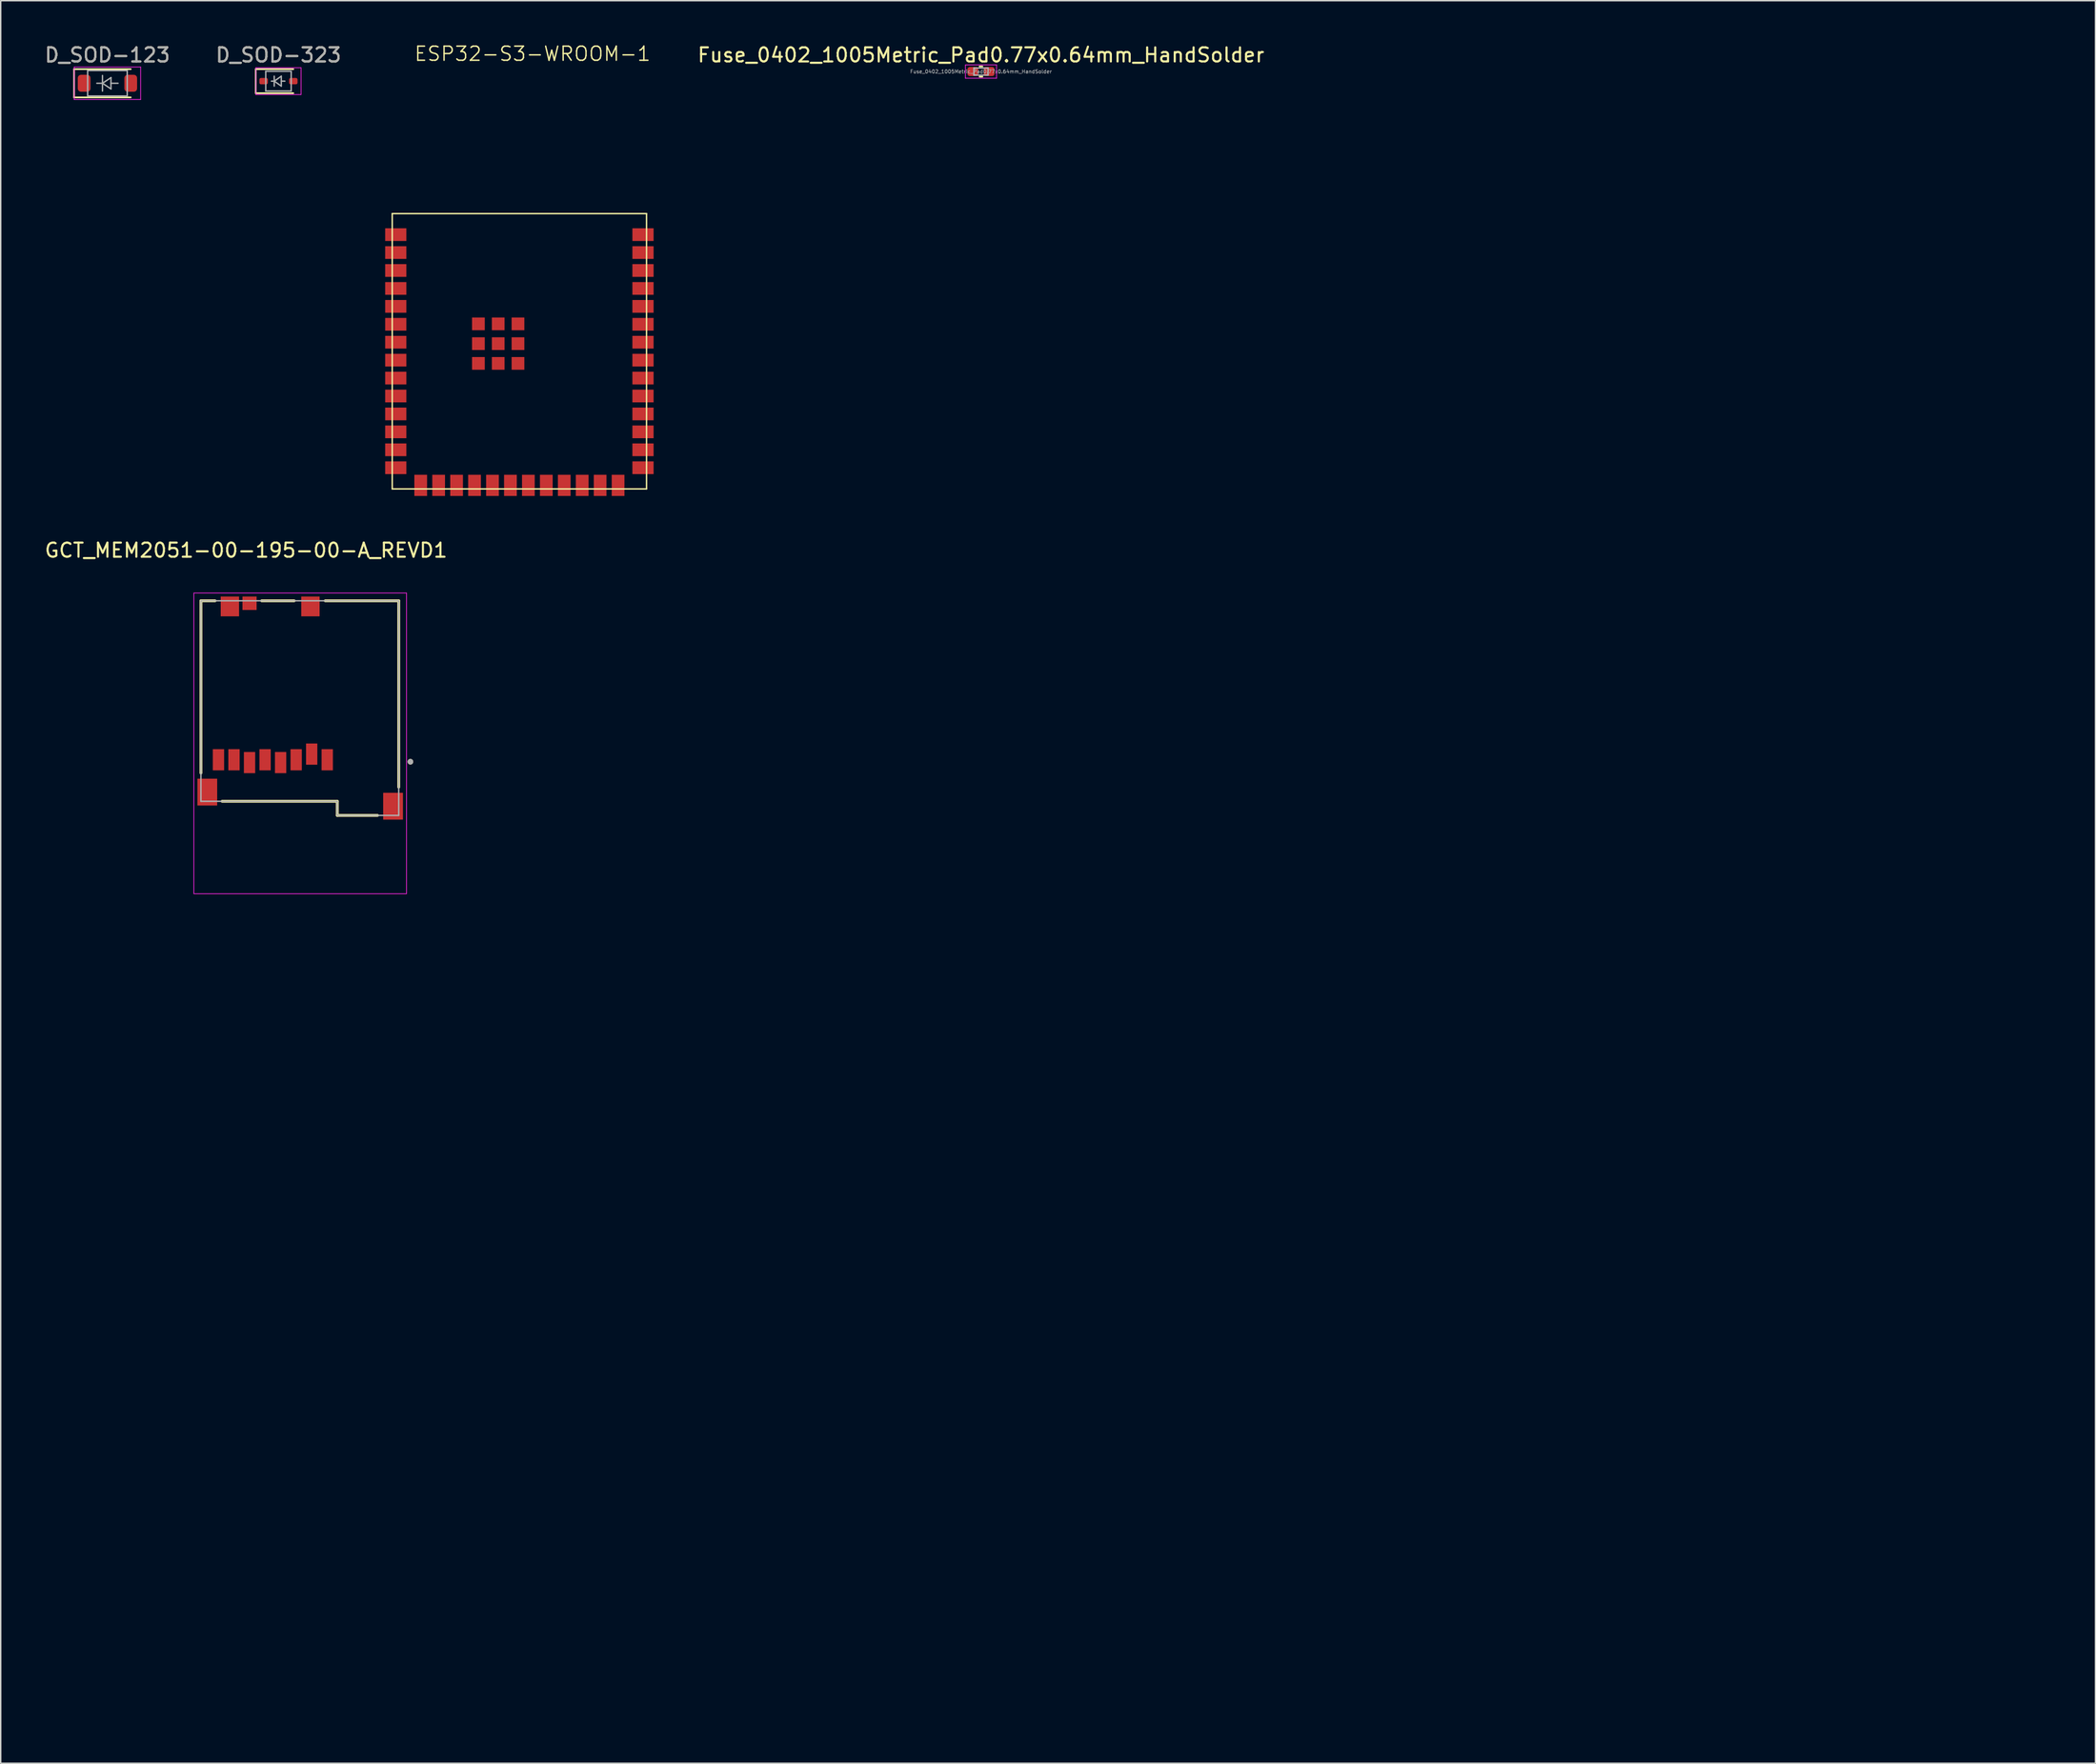
<source format=kicad_pcb>
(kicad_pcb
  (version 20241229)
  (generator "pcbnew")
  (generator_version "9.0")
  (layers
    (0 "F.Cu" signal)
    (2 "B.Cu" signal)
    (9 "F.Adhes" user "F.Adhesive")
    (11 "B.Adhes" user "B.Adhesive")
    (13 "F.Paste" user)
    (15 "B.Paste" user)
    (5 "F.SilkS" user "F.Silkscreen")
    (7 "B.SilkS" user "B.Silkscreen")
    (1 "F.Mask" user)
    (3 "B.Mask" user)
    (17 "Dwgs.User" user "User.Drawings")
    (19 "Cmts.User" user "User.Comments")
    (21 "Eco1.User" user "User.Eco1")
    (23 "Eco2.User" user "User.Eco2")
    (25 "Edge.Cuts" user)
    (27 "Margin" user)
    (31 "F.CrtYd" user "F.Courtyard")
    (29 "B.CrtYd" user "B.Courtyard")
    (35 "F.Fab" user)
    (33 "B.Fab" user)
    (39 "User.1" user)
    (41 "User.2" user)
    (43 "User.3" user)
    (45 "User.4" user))
  (footprint "GCT_MEM2051-00-195-00-A_REVD1"
    (layer "F.Cu")
    (at 18.173 47.105)
    (property "Reference" "GCT_MEM2051-00-195-00-A_REVD1" (at -3.81 -11.176 0) (layer "F.SilkS") (effects (font (size 1 1) (thickness 0.15))))
    (attr smd)
    (fp_line (start -7 -7.6) (end -6 -7.6) (stroke (width 0.2) (type solid)) (layer "F.SilkS"))
    (fp_line (start -7 4.6) (end -7 -7.6) (stroke (width 0.2) (type solid)) (layer "F.SilkS"))
    (fp_line (start -5.5 6.6) (end 2.65 6.6) (stroke (width 0.2) (type solid)) (layer "F.SilkS"))
    (fp_line (start -2.7 -7.6) (end -0.4 -7.6) (stroke (width 0.2) (type solid)) (layer "F.SilkS"))
    (fp_line (start 1.8 -7.6) (end 7 -7.6) (stroke (width 0.2) (type solid)) (layer "F.SilkS"))
    (fp_line (start 2.65 7.6) (end 2.65 6.6) (stroke (width 0.2) (type solid)) (layer "F.SilkS"))
    (fp_line (start 2.65 7.6) (end 5.5 7.6) (stroke (width 0.2) (type solid)) (layer "F.SilkS"))
    (fp_line (start 7 5.6) (end 7 -7.6) (stroke (width 0.2) (type solid)) (layer "F.SilkS"))
    (fp_circle (center 7.827 3.8) (end 7.927 3.8) (stroke (width 0.2) (type solid)) (fill no) (layer "F.SilkS"))
    (fp_line (start -7.5 -8.15) (end 7.55 -8.15) (stroke (width 0.05) (type solid)) (layer "F.CrtYd"))
    (fp_line (start -7.5 13.15) (end -7.5 -8.15) (stroke (width 0.05) (type solid)) (layer "F.CrtYd"))
    (fp_line (start -7.5 13.15) (end 7.55 13.15) (stroke (width 0.05) (type solid)) (layer "F.CrtYd"))
    (fp_line (start 7.55 13.15) (end 7.55 -8.15) (stroke (width 0.05) (type solid)) (layer "F.CrtYd"))
    (fp_line (start -7 -7.6) (end 7 -7.6) (stroke (width 0.1) (type solid)) (layer "F.Fab"))
    (fp_line (start -7 6.6) (end -7 -7.6) (stroke (width 0.1) (type solid)) (layer "F.Fab"))
    (fp_line (start -7 6.6) (end 2.65 6.6) (stroke (width 0.1) (type solid)) (layer "F.Fab"))
    (fp_line (start 2.65 7.6) (end 2.65 6.6) (stroke (width 0.1) (type solid)) (layer "F.Fab"))
    (fp_line (start 2.65 7.6) (end 7 7.6) (stroke (width 0.1) (type solid)) (layer "F.Fab"))
    (fp_line (start 7 7.6) (end 7 -7.6) (stroke (width 0.1) (type solid)) (layer "F.Fab"))
    (fp_circle (center 7.827 3.8) (end 7.927 3.8) (stroke (width 0.2) (type solid)) (fill no) (layer "F.Fab"))
    (pad "1" smd rect (at 0.84 3.26) (size 0.8 1.5) (layers "F.Cu" "F.Mask" "F.Paste"))
    (pad "2" smd rect (at -0.26 3.66) (size 0.8 1.5) (layers "F.Cu" "F.Mask" "F.Paste"))
    (pad "3" smd rect (at -6.55 5.95) (size 1.4 1.9) (layers "F.Cu" "F.Mask" "F.Paste"))
    (pad "3" smd rect (at 6.6 6.95) (size 1.4 1.9) (layers "F.Cu" "F.Mask" "F.Paste"))
    (pad "4" smd rect (at -1.36 3.86) (size 0.8 1.5) (layers "F.Cu" "F.Mask" "F.Paste"))
    (pad "5" smd rect (at -2.46 3.66) (size 0.8 1.5) (layers "F.Cu" "F.Mask" "F.Paste"))
    (pad "6" smd rect (at -3.56 3.86) (size 0.8 1.5) (layers "F.Cu" "F.Mask" "F.Paste"))
    (pad "7" smd rect (at -4.66 3.66) (size 0.8 1.5) (layers "F.Cu" "F.Mask" "F.Paste"))
    (pad "8" smd rect (at -5.76 3.66) (size 0.8 1.5) (layers "F.Cu" "F.Mask" "F.Paste"))
    (pad "9" smd rect (at 1.94 3.66) (size 0.8 1.5) (layers "F.Cu" "F.Mask" "F.Paste"))
    (pad "10" smd rect (at -3.56 -7.425) (size 1 0.95) (layers "F.Cu" "F.Mask" "F.Paste"))
    (pad "12" smd rect (at -4.95 -7.2) (size 1.3 1.4) (layers "F.Cu" "F.Mask" "F.Paste"))
    (pad "13" smd rect (at 0.75 -7.2) (size 1.3 1.4) (layers "F.Cu" "F.Mask" "F.Paste"))
    (zone (net_name "") (layer "F.Cu") (hatch full 0.508) (connect_pads) (min_thickness 0.01) (filled_areas_thickness no) (keepout (tracks not_allowed) (vias not_allowed) (pads not_allowed) (copperpour not_allowed) (footprints allowed)) (placement (enabled no)) (fill) (polygon (pts (xy 133.573 118.845) (xy 142.273 118.845) (xy 142.273 116.545) (xy 137.313 116.545) (xy 137.313 114.475) (xy 135.213 114.475) (xy 135.213 116.545) (xy 133.573 116.545))))
    (zone (net_name "") (layers "F.Cu" "B.Cu") (hatch full 0.508) (connect_pads) (min_thickness 0.01) (filled_areas_thickness no) (keepout (tracks allowed) (vias not_allowed) (pads allowed) (copperpour allowed) (footprints allowed)) (placement (enabled no)) (fill) (polygon (pts (xy 133.573 118.845) (xy 142.273 118.845) (xy 142.273 116.545) (xy 137.313 116.545) (xy 137.313 114.475) (xy 135.213 114.475) (xy 135.213 116.545) (xy 133.573 116.545)))))
  (footprint "ESP32-S3-WROOM-1"
    (layer "F.Cu")
    (at 24.714 6.08)
    (property "Reference" "ESP32-S3-WROOM-1" (at 9.93 -5.32 0) (unlocked yes) (layer "F.SilkS") (effects (font (size 1 1) (thickness 0.1))))
    (attr smd)
    (fp_line (start 0 6) (end 18 6) (stroke (width 0.1) (type default)) (layer "F.SilkS"))
    (fp_line (start 0 25.5) (end 0 6) (stroke (width 0.1) (type default)) (layer "F.SilkS"))
    (fp_line (start 18 6) (end 18 25.5) (stroke (width 0.1) (type default)) (layer "F.SilkS"))
    (fp_line (start 18 25.5) (end 0 25.5) (stroke (width 0.1) (type default)) (layer "F.SilkS"))
    (pad "1" smd rect (at 0.25 7.49) (size 1.5 0.9) (layers "F.Cu" "F.Mask" "F.Paste"))
    (pad "2" smd rect (at 0.25 8.76) (size 1.5 0.9) (layers "F.Cu" "F.Mask" "F.Paste"))
    (pad "3" smd rect (at 0.25 10.03) (size 1.5 0.9) (layers "F.Cu" "F.Mask" "F.Paste"))
    (pad "4" smd rect (at 0.25 11.3) (size 1.5 0.9) (layers "F.Cu" "F.Mask" "F.Paste"))
    (pad "5" smd rect (at 0.25 12.57) (size 1.5 0.9) (layers "F.Cu" "F.Mask" "F.Paste"))
    (pad "6" smd rect (at 0.25 13.84) (size 1.5 0.9) (layers "F.Cu" "F.Mask" "F.Paste"))
    (pad "7" smd rect (at 0.25 15.11) (size 1.5 0.9) (layers "F.Cu" "F.Mask" "F.Paste"))
    (pad "8" smd rect (at 0.25 16.38) (size 1.5 0.9) (layers "F.Cu" "F.Mask" "F.Paste"))
    (pad "9" smd rect (at 0.25 17.65) (size 1.5 0.9) (layers "F.Cu" "F.Mask" "F.Paste"))
    (pad "10" smd rect (at 0.25 18.92) (size 1.5 0.9) (layers "F.Cu" "F.Mask" "F.Paste"))
    (pad "11" smd rect (at 0.25 20.19) (size 1.5 0.9) (layers "F.Cu" "F.Mask" "F.Paste"))
    (pad "12" smd rect (at 0.25 21.46) (size 1.5 0.9) (layers "F.Cu" "F.Mask" "F.Paste"))
    (pad "13" smd rect (at 0.25 22.73) (size 1.5 0.9) (layers "F.Cu" "F.Mask" "F.Paste"))
    (pad "14" smd rect (at 0.25 24) (size 1.5 0.9) (layers "F.Cu" "F.Mask" "F.Paste"))
    (pad "15" smd rect (at 2.015 25.25 90) (size 1.5 0.9) (layers "F.Cu" "F.Mask" "F.Paste"))
    (pad "16" smd rect (at 3.285 25.25 90) (size 1.5 0.9) (layers "F.Cu" "F.Mask" "F.Paste"))
    (pad "17" smd rect (at 4.555 25.25 90) (size 1.5 0.9) (layers "F.Cu" "F.Mask" "F.Paste"))
    (pad "18" smd rect (at 5.825 25.25 90) (size 1.5 0.9) (layers "F.Cu" "F.Mask" "F.Paste"))
    (pad "19" smd rect (at 7.095 25.25 90) (size 1.5 0.9) (layers "F.Cu" "F.Mask" "F.Paste"))
    (pad "20" smd rect (at 8.365 25.25 90) (size 1.5 0.9) (layers "F.Cu" "F.Mask" "F.Paste"))
    (pad "21" smd rect (at 9.635 25.25 90) (size 1.5 0.9) (layers "F.Cu" "F.Mask" "F.Paste"))
    (pad "22" smd rect (at 10.905 25.25 90) (size 1.5 0.9) (layers "F.Cu" "F.Mask" "F.Paste"))
    (pad "23" smd rect (at 12.175 25.25 90) (size 1.5 0.9) (layers "F.Cu" "F.Mask" "F.Paste"))
    (pad "24" smd rect (at 13.445 25.25 90) (size 1.5 0.9) (layers "F.Cu" "F.Mask" "F.Paste"))
    (pad "25" smd rect (at 14.715 25.25 90) (size 1.5 0.9) (layers "F.Cu" "F.Mask" "F.Paste"))
    (pad "26" smd rect (at 15.985 25.25 90) (size 1.5 0.9) (layers "F.Cu" "F.Mask" "F.Paste"))
    (pad "27" smd rect (at 17.75 24) (size 1.5 0.9) (layers "F.Cu" "F.Mask" "F.Paste"))
    (pad "28" smd rect (at 17.75 22.73) (size 1.5 0.9) (layers "F.Cu" "F.Mask" "F.Paste"))
    (pad "29" smd rect (at 17.75 21.46) (size 1.5 0.9) (layers "F.Cu" "F.Mask" "F.Paste"))
    (pad "30" smd rect (at 17.75 20.19) (size 1.5 0.9) (layers "F.Cu" "F.Mask" "F.Paste"))
    (pad "31" smd rect (at 17.75 18.92) (size 1.5 0.9) (layers "F.Cu" "F.Mask" "F.Paste"))
    (pad "32" smd rect (at 17.75 17.65) (size 1.5 0.9) (layers "F.Cu" "F.Mask" "F.Paste"))
    (pad "33" smd rect (at 17.75 16.38) (size 1.5 0.9) (layers "F.Cu" "F.Mask" "F.Paste"))
    (pad "34" smd rect (at 17.75 15.11) (size 1.5 0.9) (layers "F.Cu" "F.Mask" "F.Paste"))
    (pad "35" smd rect (at 17.75 13.84) (size 1.5 0.9) (layers "F.Cu" "F.Mask" "F.Paste"))
    (pad "36" smd rect (at 17.75 12.57) (size 1.5 0.9) (layers "F.Cu" "F.Mask" "F.Paste"))
    (pad "37" smd rect (at 17.75 11.3) (size 1.5 0.9) (layers "F.Cu" "F.Mask" "F.Paste"))
    (pad "38" smd rect (at 17.75 10.03) (size 1.5 0.9) (layers "F.Cu" "F.Mask" "F.Paste"))
    (pad "39" smd rect (at 17.75 8.76) (size 1.5 0.9) (layers "F.Cu" "F.Mask" "F.Paste"))
    (pad "40" smd rect (at 17.75 7.49) (size 1.5 0.9) (layers "F.Cu" "F.Mask" "F.Paste"))
    (pad "41" smd rect (at 6.1 13.81) (size 0.9 0.9) (layers "F.Cu" "F.Mask" "F.Paste"))
    (pad "41" smd rect (at 6.1 15.21) (size 0.9 0.9) (layers "F.Cu" "F.Mask" "F.Paste"))
    (pad "41" smd rect (at 6.1 16.61) (size 0.9 0.9) (layers "F.Cu" "F.Mask" "F.Paste"))
    (pad "41" smd rect (at 7.5 13.81) (size 0.9 0.9) (layers "F.Cu" "F.Mask" "F.Paste"))
    (pad "41" smd rect (at 7.5 15.21) (size 0.9 0.9) (layers "F.Cu" "F.Mask" "F.Paste"))
    (pad "41" smd rect (at 7.5 16.61) (size 0.9 0.9) (layers "F.Cu" "F.Mask" "F.Paste"))
    (pad "41" smd rect (at 8.9 13.81) (size 0.9 0.9) (layers "F.Cu" "F.Mask" "F.Paste"))
    (pad "41" smd rect (at 8.9 15.21) (size 0.9 0.9) (layers "F.Cu" "F.Mask" "F.Paste"))
    (pad "41" smd rect (at 8.9 16.61) (size 0.9 0.9) (layers "F.Cu" "F.Mask" "F.Paste")))
  (footprint "D_SOD-123"
    (layer "F.Cu")
    (at 4.554 2.848)
    (property "Reference" "D_SOD-123" (at 0 -2 0) (layer "F.SilkS") (effects (font (size 1 1) (thickness 0.15))))
    (attr smd)
    (fp_line (start -2.36 -1) (end -2.36 1) (stroke (width 0.12) (type solid)) (layer "F.SilkS"))
    (fp_line (start -2.36 -1) (end 1.65 -1) (stroke (width 0.12) (type solid)) (layer "F.SilkS"))
    (fp_line (start -2.36 1) (end 1.65 1) (stroke (width 0.12) (type solid)) (layer "F.SilkS"))
    (fp_line (start -2.35 -1.15) (end -2.35 1.15) (stroke (width 0.05) (type solid)) (layer "F.CrtYd"))
    (fp_line (start -2.35 -1.15) (end 2.35 -1.15) (stroke (width 0.05) (type solid)) (layer "F.CrtYd"))
    (fp_line (start 2.35 -1.15) (end 2.35 1.15) (stroke (width 0.05) (type solid)) (layer "F.CrtYd"))
    (fp_line (start 2.35 1.15) (end -2.35 1.15) (stroke (width 0.05) (type solid)) (layer "F.CrtYd"))
    (fp_line (start -1.4 -0.9) (end 1.4 -0.9) (stroke (width 0.1) (type solid)) (layer "F.Fab"))
    (fp_line (start -1.4 0.9) (end -1.4 -0.9) (stroke (width 0.1) (type solid)) (layer "F.Fab"))
    (fp_line (start -0.75 0) (end -0.35 0) (stroke (width 0.1) (type solid)) (layer "F.Fab"))
    (fp_line (start -0.35 0) (end -0.35 -0.55) (stroke (width 0.1) (type solid)) (layer "F.Fab"))
    (fp_line (start -0.35 0) (end -0.35 0.55) (stroke (width 0.1) (type solid)) (layer "F.Fab"))
    (fp_line (start -0.35 0) (end 0.25 -0.4) (stroke (width 0.1) (type solid)) (layer "F.Fab"))
    (fp_line (start 0.25 -0.4) (end 0.25 0.4) (stroke (width 0.1) (type solid)) (layer "F.Fab"))
    (fp_line (start 0.25 0) (end 0.75 0) (stroke (width 0.1) (type solid)) (layer "F.Fab"))
    (fp_line (start 0.25 0.4) (end -0.35 0) (stroke (width 0.1) (type solid)) (layer "F.Fab"))
    (fp_line (start 1.4 -0.9) (end 1.4 0.9) (stroke (width 0.1) (type solid)) (layer "F.Fab"))
    (fp_line (start 1.4 0.9) (end -1.4 0.9) (stroke (width 0.1) (type solid)) (layer "F.Fab"))
    (fp_text user "${REFERENCE}" (at 0 -2 0) (layer "F.Fab") (effects (font (size 1 1) (thickness 0.15))))
    (pad "1" smd roundrect (at -1.65 0) (size 0.9 1.2) (layers "F.Cu" "F.Mask" "F.Paste") (roundrect_rratio 0.25))
    (pad "2" smd roundrect (at 1.65 0) (size 0.9 1.2) (layers "F.Cu" "F.Mask" "F.Paste") (roundrect_rratio 0.25)))
  (footprint "Fuse_0402_1005Metric_Pad0.77x0.64mm_HandSolder"
    (layer "F.Cu")
    (at 66.387 2.018)
    (property "Reference" "Fuse_0402_1005Metric_Pad0.77x0.64mm_HandSolder" (at 0 -1.17 180) (layer "F.SilkS") (effects (font (size 1 1) (thickness 0.15))))
    (attr smd)
    (fp_line (start -0.1 -0.36) (end 0.1 -0.36) (stroke (width 0.12) (type solid)) (layer "F.SilkS"))
    (fp_line (start -0.1 0.36) (end 0.1 0.36) (stroke (width 0.12) (type solid)) (layer "F.SilkS"))
    (fp_line (start -1.1 -0.47) (end 1.1 -0.47) (stroke (width 0.05) (type solid)) (layer "F.CrtYd"))
    (fp_line (start -1.1 0.47) (end -1.1 -0.47) (stroke (width 0.05) (type solid)) (layer "F.CrtYd"))
    (fp_line (start 1.1 -0.47) (end 1.1 0.47) (stroke (width 0.05) (type solid)) (layer "F.CrtYd"))
    (fp_line (start 1.1 0.47) (end -1.1 0.47) (stroke (width 0.05) (type solid)) (layer "F.CrtYd"))
    (fp_line (start -0.5 -0.25) (end 0.5 -0.25) (stroke (width 0.1) (type solid)) (layer "F.Fab"))
    (fp_line (start -0.5 0.25) (end -0.5 -0.25) (stroke (width 0.1) (type solid)) (layer "F.Fab"))
    (fp_line (start 0.5 -0.25) (end 0.5 0.25) (stroke (width 0.1) (type solid)) (layer "F.Fab"))
    (fp_line (start 0.5 0.25) (end -0.5 0.25) (stroke (width 0.1) (type solid)) (layer "F.Fab"))
    (fp_text user "${REFERENCE}" (at 0 0 180) (layer "F.Fab") (effects (font (size 0.25 0.25) (thickness 0.04))))
    (pad "1" smd roundrect (at -0.573 0) (size 0.765 0.64) (layers "F.Cu" "F.Mask" "F.Paste") (roundrect_rratio 0.25))
    (pad "2" smd roundrect (at 0.573 0) (size 0.765 0.64) (layers "F.Cu" "F.Mask" "F.Paste") (roundrect_rratio 0.25)))
  (footprint "D_SOD-323"
    (layer "F.Cu")
    (at 16.661 2.698)
    (property "Reference" "D_SOD-323" (at 0 -1.85 0) (layer "F.SilkS") (effects (font (size 1 1) (thickness 0.15))))
    (attr smd)
    (fp_line (start -1.61 -0.85) (end -1.61 0.85) (stroke (width 0.12) (type solid)) (layer "F.SilkS"))
    (fp_line (start -1.61 -0.85) (end 1.05 -0.85) (stroke (width 0.12) (type solid)) (layer "F.SilkS"))
    (fp_line (start -1.61 0.85) (end 1.05 0.85) (stroke (width 0.12) (type solid)) (layer "F.SilkS"))
    (fp_line (start -1.6 -0.95) (end -1.6 0.95) (stroke (width 0.05) (type solid)) (layer "F.CrtYd"))
    (fp_line (start -1.6 -0.95) (end 1.6 -0.95) (stroke (width 0.05) (type solid)) (layer "F.CrtYd"))
    (fp_line (start -1.6 0.95) (end 1.6 0.95) (stroke (width 0.05) (type solid)) (layer "F.CrtYd"))
    (fp_line (start 1.6 -0.95) (end 1.6 0.95) (stroke (width 0.05) (type solid)) (layer "F.CrtYd"))
    (fp_line (start -0.9 -0.7) (end 0.9 -0.7) (stroke (width 0.1) (type solid)) (layer "F.Fab"))
    (fp_line (start -0.9 0.7) (end -0.9 -0.7) (stroke (width 0.1) (type solid)) (layer "F.Fab"))
    (fp_line (start -0.3 -0.35) (end -0.3 0.35) (stroke (width 0.1) (type solid)) (layer "F.Fab"))
    (fp_line (start -0.3 0) (end -0.5 0) (stroke (width 0.1) (type solid)) (layer "F.Fab"))
    (fp_line (start -0.3 0) (end 0.2 -0.35) (stroke (width 0.1) (type solid)) (layer "F.Fab"))
    (fp_line (start 0.2 -0.35) (end 0.2 0.35) (stroke (width 0.1) (type solid)) (layer "F.Fab"))
    (fp_line (start 0.2 0) (end 0.45 0) (stroke (width 0.1) (type solid)) (layer "F.Fab"))
    (fp_line (start 0.2 0.35) (end -0.3 0) (stroke (width 0.1) (type solid)) (layer "F.Fab"))
    (fp_line (start 0.9 -0.7) (end 0.9 0.7) (stroke (width 0.1) (type solid)) (layer "F.Fab"))
    (fp_line (start 0.9 0.7) (end -0.9 0.7) (stroke (width 0.1) (type solid)) (layer "F.Fab"))
    (fp_text user "${REFERENCE}" (at 0 -1.85 0) (layer "F.Fab") (effects (font (size 1 1) (thickness 0.15))))
    (pad "1" smd roundrect (at -1.05 0) (size 0.6 0.45) (layers "F.Cu" "F.Mask" "F.Paste") (roundrect_rratio 0.25))
    (pad "2" smd roundrect (at 1.05 0) (size 0.6 0.45) (layers "F.Cu" "F.Mask" "F.Paste") (roundrect_rratio 0.25)))
  (gr_rect
    (start -3 -3)
    (end 145.273 121.845)
    (stroke (width 0.1) (type default))
    (fill no)
    (layer "Edge.Cuts")))
</source>
